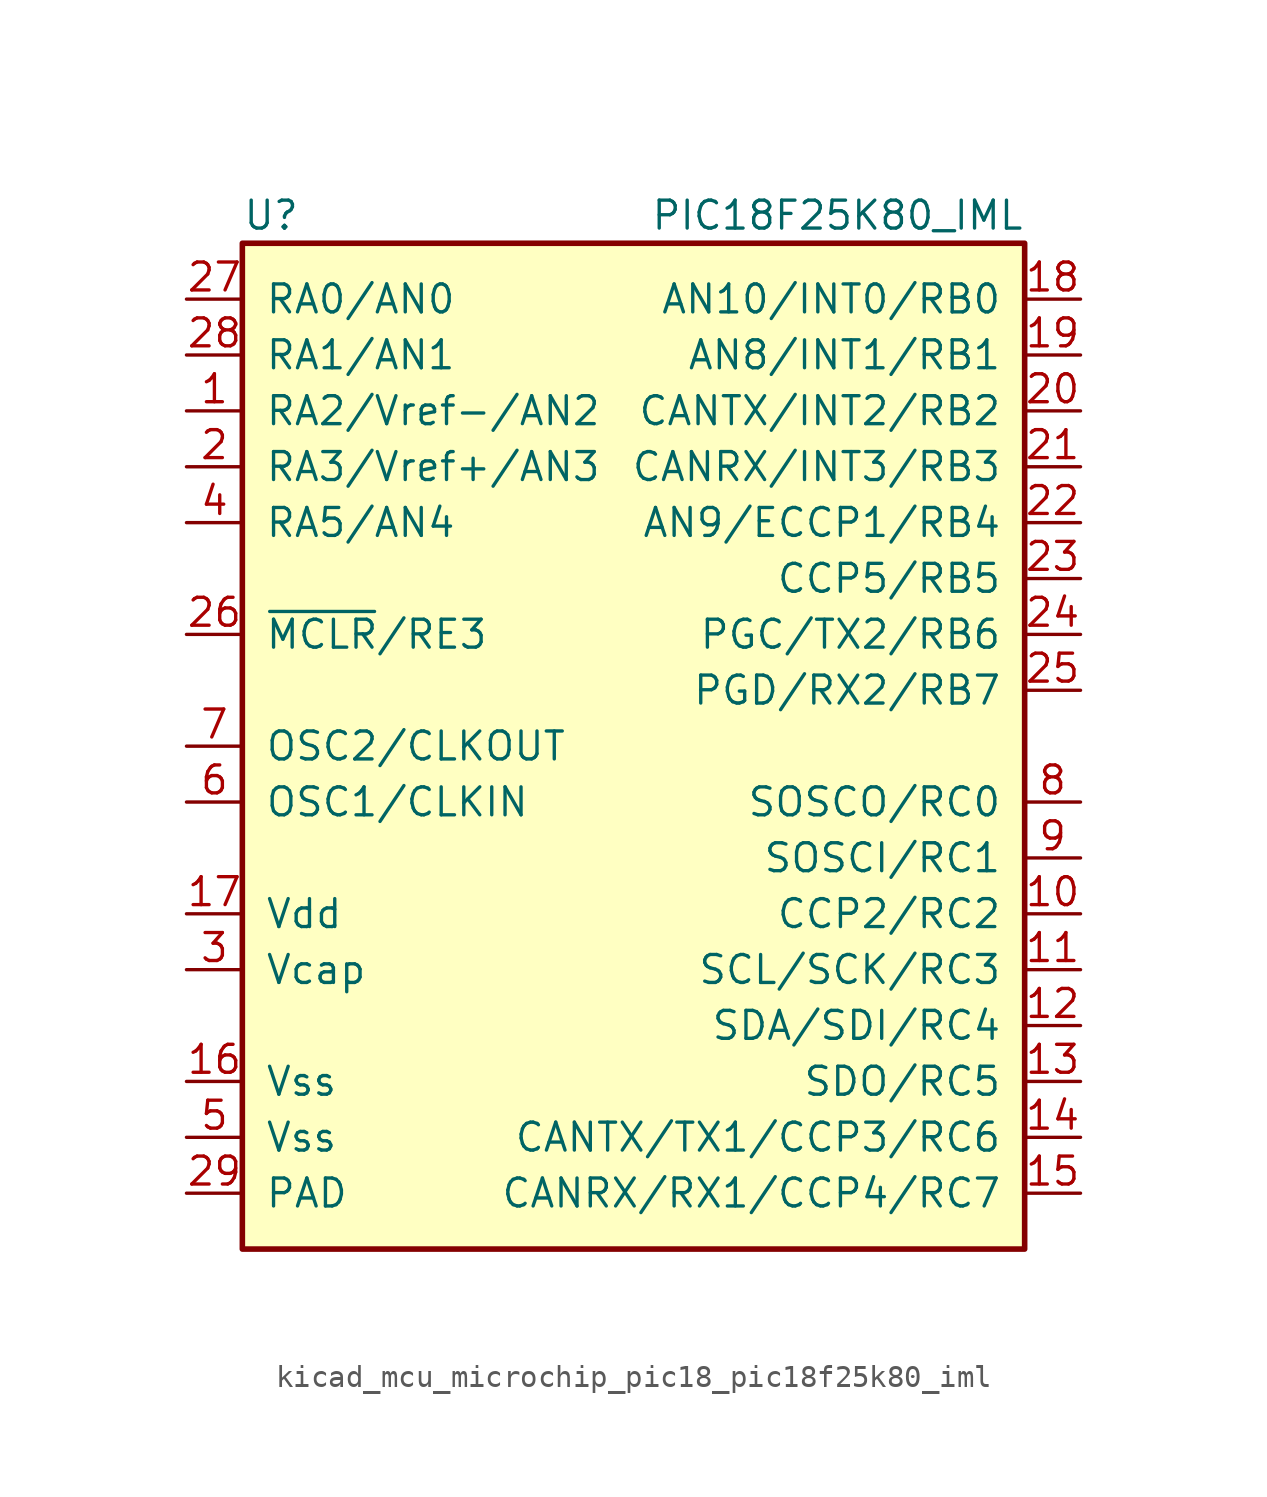
<source format=kicad_sym>
(kicad_symbol_lib
  (version 20220914)
  (generator kicad_symbol_editor)
  (symbol "kicad_mcu_microchip_pic18_pic18f25k80_iml"
    (pin_names
      (offset 1.016))
    (property "Reference" "U"
      (at -17.78 24.13 0)
      (effects (font (size 1.27 1.27)) (justify left)))
    (property "Value" "PIC18F25K80_IML"
      (at 17.78 24.13 0)
      (effects (font (size 1.27 1.27)) (justify right)))
    (symbol "kicad_mcu_microchip_pic18_pic18f25k80_iml_0_1"
      (rectangle (start -17.78 22.86) (end 17.78 -22.86) (stroke (width 0.254) (type default)) (fill (type background))))
    (symbol "kicad_mcu_microchip_pic18_pic18f25k80_iml_1_1"
      (pin bidirectional line (at -20.32 15.24 0) (length 2.54) (name "RA2/Vref-/AN2" (effects (font (size 1.27 1.27)))) (number "1" (effects (font (size 1.27 1.27)))))
      (pin bidirectional line (at 20.32 -7.62 180) (length 2.54) (name "CCP2/RC2" (effects (font (size 1.27 1.27)))) (number "10" (effects (font (size 1.27 1.27)))))
      (pin bidirectional line (at 20.32 -10.16 180) (length 2.54) (name "SCL/SCK/RC3" (effects (font (size 1.27 1.27)))) (number "11" (effects (font (size 1.27 1.27)))))
      (pin bidirectional line (at 20.32 -12.7 180) (length 2.54) (name "SDA/SDI/RC4" (effects (font (size 1.27 1.27)))) (number "12" (effects (font (size 1.27 1.27)))))
      (pin bidirectional line (at 20.32 -15.24 180) (length 2.54) (name "SDO/RC5" (effects (font (size 1.27 1.27)))) (number "13" (effects (font (size 1.27 1.27)))))
      (pin bidirectional line (at 20.32 -17.78 180) (length 2.54) (name "CANTX/TX1/CCP3/RC6" (effects (font (size 1.27 1.27)))) (number "14" (effects (font (size 1.27 1.27)))))
      (pin bidirectional line (at 20.32 -20.32 180) (length 2.54) (name "CANRX/RX1/CCP4/RC7" (effects (font (size 1.27 1.27)))) (number "15" (effects (font (size 1.27 1.27)))))
      (pin power_in line (at -20.32 -15.24 0) (length 2.54) (name "Vss" (effects (font (size 1.27 1.27)))) (number "16" (effects (font (size 1.27 1.27)))))
      (pin power_in line (at -20.32 -7.62 0) (length 2.54) (name "Vdd" (effects (font (size 1.27 1.27)))) (number "17" (effects (font (size 1.27 1.27)))))
      (pin bidirectional line (at 20.32 20.32 180) (length 2.54) (name "AN10/INT0/RB0" (effects (font (size 1.27 1.27)))) (number "18" (effects (font (size 1.27 1.27)))))
      (pin bidirectional line (at 20.32 17.78 180) (length 2.54) (name "AN8/INT1/RB1" (effects (font (size 1.27 1.27)))) (number "19" (effects (font (size 1.27 1.27)))))
      (pin bidirectional line (at -20.32 12.7 0) (length 2.54) (name "RA3/Vref+/AN3" (effects (font (size 1.27 1.27)))) (number "2" (effects (font (size 1.27 1.27)))))
      (pin bidirectional line (at 20.32 15.24 180) (length 2.54) (name "CANTX/INT2/RB2" (effects (font (size 1.27 1.27)))) (number "20" (effects (font (size 1.27 1.27)))))
      (pin bidirectional line (at 20.32 12.7 180) (length 2.54) (name "CANRX/INT3/RB3" (effects (font (size 1.27 1.27)))) (number "21" (effects (font (size 1.27 1.27)))))
      (pin bidirectional line (at 20.32 10.16 180) (length 2.54) (name "AN9/ECCP1/RB4" (effects (font (size 1.27 1.27)))) (number "22" (effects (font (size 1.27 1.27)))))
      (pin bidirectional line (at 20.32 7.62 180) (length 2.54) (name "CCP5/RB5" (effects (font (size 1.27 1.27)))) (number "23" (effects (font (size 1.27 1.27)))))
      (pin bidirectional line (at 20.32 5.08 180) (length 2.54) (name "PGC/TX2/RB6" (effects (font (size 1.27 1.27)))) (number "24" (effects (font (size 1.27 1.27)))))
      (pin bidirectional line (at 20.32 2.54 180) (length 2.54) (name "PGD/RX2/RB7" (effects (font (size 1.27 1.27)))) (number "25" (effects (font (size 1.27 1.27)))))
      (pin bidirectional line (at -20.32 5.08 0) (length 2.54) (name "~{MCLR}/RE3" (effects (font (size 1.27 1.27)))) (number "26" (effects (font (size 1.27 1.27)))))
      (pin bidirectional line (at -20.32 20.32 0) (length 2.54) (name "RA0/AN0" (effects (font (size 1.27 1.27)))) (number "27" (effects (font (size 1.27 1.27)))))
      (pin bidirectional line (at -20.32 17.78 0) (length 2.54) (name "RA1/AN1" (effects (font (size 1.27 1.27)))) (number "28" (effects (font (size 1.27 1.27)))))
      (pin power_in line (at -20.32 -20.32 0) (length 2.54) (name "PAD" (effects (font (size 1.27 1.27)))) (number "29" (effects (font (size 1.27 1.27)))))
      (pin power_in line (at -20.32 -10.16 0) (length 2.54) (name "Vcap" (effects (font (size 1.27 1.27)))) (number "3" (effects (font (size 1.27 1.27)))))
      (pin bidirectional line (at -20.32 10.16 0) (length 2.54) (name "RA5/AN4" (effects (font (size 1.27 1.27)))) (number "4" (effects (font (size 1.27 1.27)))))
      (pin power_in line (at -20.32 -17.78 0) (length 2.54) (name "Vss" (effects (font (size 1.27 1.27)))) (number "5" (effects (font (size 1.27 1.27)))))
      (pin input line (at -20.32 -2.54 0) (length 2.54) (name "OSC1/CLKIN" (effects (font (size 1.27 1.27)))) (number "6" (effects (font (size 1.27 1.27)))))
      (pin input line (at -20.32 0 0) (length 2.54) (name "OSC2/CLKOUT" (effects (font (size 1.27 1.27)))) (number "7" (effects (font (size 1.27 1.27)))))
      (pin bidirectional line (at 20.32 -2.54 180) (length 2.54) (name "SOSCO/RC0" (effects (font (size 1.27 1.27)))) (number "8" (effects (font (size 1.27 1.27)))))
      (pin bidirectional line (at 20.32 -5.08 180) (length 2.54) (name "SOSCI/RC1" (effects (font (size 1.27 1.27)))) (number "9" (effects (font (size 1.27 1.27))))))))
</source>
